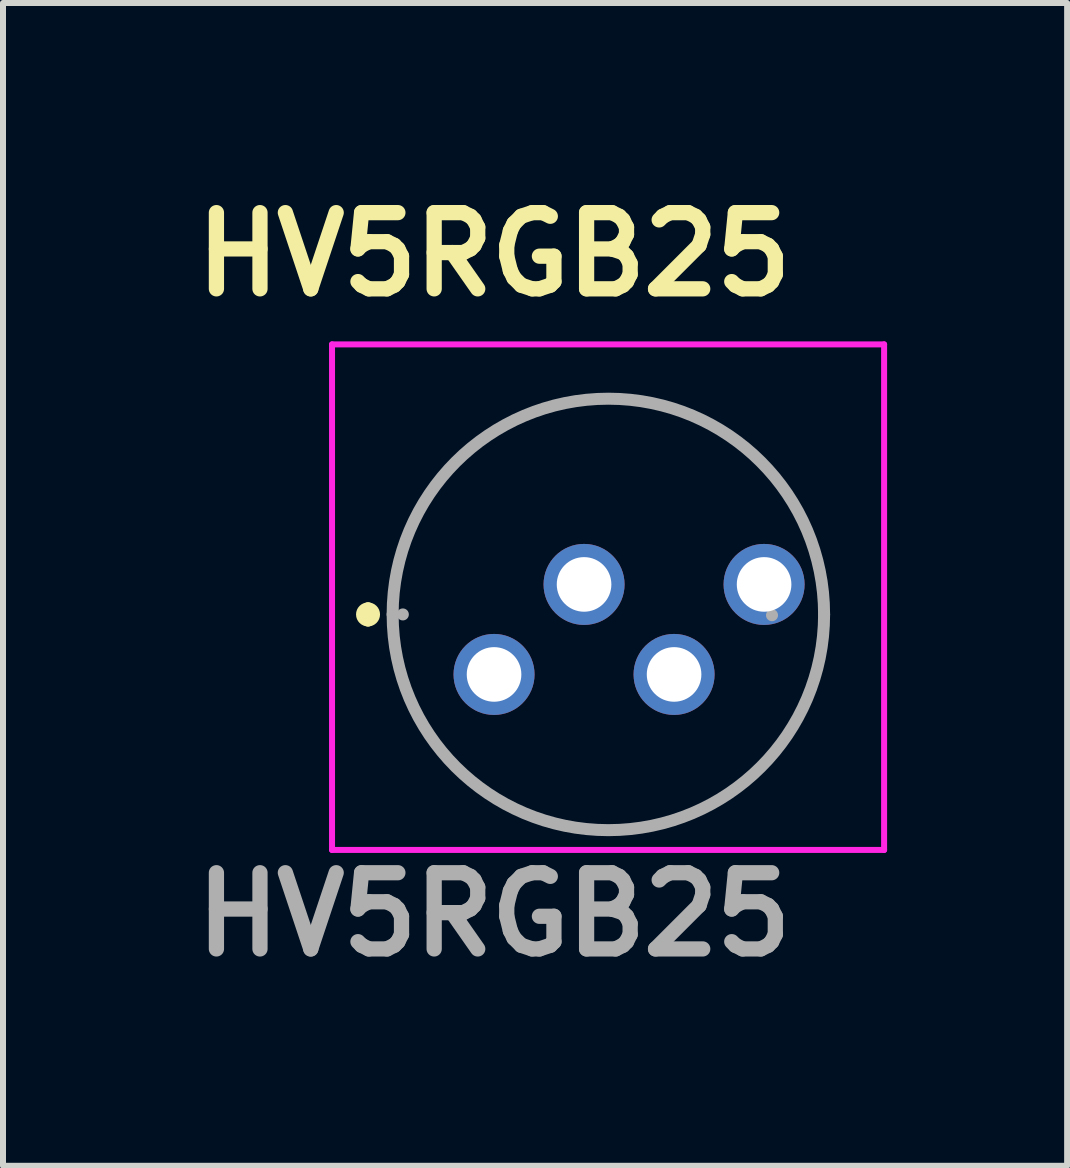
<source format=kicad_pcb>
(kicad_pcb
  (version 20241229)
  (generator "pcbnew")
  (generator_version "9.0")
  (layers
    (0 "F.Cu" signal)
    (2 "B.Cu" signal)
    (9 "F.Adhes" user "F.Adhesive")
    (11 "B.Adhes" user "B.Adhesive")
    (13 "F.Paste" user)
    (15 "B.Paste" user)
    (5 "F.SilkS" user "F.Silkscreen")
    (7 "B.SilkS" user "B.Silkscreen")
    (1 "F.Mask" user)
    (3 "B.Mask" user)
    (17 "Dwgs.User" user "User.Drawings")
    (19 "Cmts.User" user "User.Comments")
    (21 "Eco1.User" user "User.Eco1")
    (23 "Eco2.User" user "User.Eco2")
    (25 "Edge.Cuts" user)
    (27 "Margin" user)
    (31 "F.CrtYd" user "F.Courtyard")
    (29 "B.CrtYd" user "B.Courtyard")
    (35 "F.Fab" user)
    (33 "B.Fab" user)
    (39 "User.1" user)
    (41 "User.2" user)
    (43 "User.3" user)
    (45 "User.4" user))
  (footprint "HV5RGB25"
    (layer "F.Cu")
    (at 5.183 7.189)
    (property "Reference" "HV5RGB25" (at 0 -6 0) (layer "F.SilkS") (effects (font (size 1.27 1.27) (thickness 0.254))))
    (attr through_hole)
    (fp_line (start -2.1 -0.1) (end -2.1 -0.1) (stroke (width 0.2) (type solid)) (layer "F.SilkS"))
    (fp_line (start -2.1 0.1) (end -2.1 0.1) (stroke (width 0.2) (type solid)) (layer "F.SilkS"))
    (fp_line (start -1.52 0) (end -1.52 0) (stroke (width 0.1) (type solid)) (layer "F.SilkS"))
    (fp_line (start 4.632 0.013) (end 4.632 0.013) (stroke (width 0.1) (type solid)) (layer "F.SilkS"))
    (fp_arc (start -2.1 -0.1) (mid -2 0) (end -2.1 0.1) (stroke (width 0.2) (type solid)) (layer "F.SilkS"))
    (fp_arc (start -2.1 0.1) (mid -2.2 0) (end -2.1 -0.1) (stroke (width 0.2) (type solid)) (layer "F.SilkS"))
    (fp_arc (start -1.69 0) (mid 1.905 -3.595) (end 5.5 0) (stroke (width 0.1) (type solid)) (layer "F.SilkS"))
    (fp_arc (start 5.5 0) (mid 1.905 3.595) (end -1.69 0) (stroke (width 0.1) (type solid)) (layer "F.SilkS"))
    (fp_line (start -2.7 -4.5) (end 6.5 -4.5) (stroke (width 0.1) (type solid)) (layer "F.CrtYd"))
    (fp_line (start -2.7 3.925) (end -2.7 -4.5) (stroke (width 0.1) (type solid)) (layer "F.CrtYd"))
    (fp_line (start 6.5 -4.5) (end 6.5 3.925) (stroke (width 0.1) (type solid)) (layer "F.CrtYd"))
    (fp_line (start 6.5 3.925) (end -2.7 3.925) (stroke (width 0.1) (type solid)) (layer "F.CrtYd"))
    (fp_line (start -1.52 0) (end -1.52 0) (stroke (width 0.2) (type solid)) (layer "F.Fab"))
    (fp_line (start 4.632 0.013) (end 4.632 0.013) (stroke (width 0.2) (type solid)) (layer "F.Fab"))
    (fp_arc (start -1.69 0) (mid 1.905 -3.595) (end 5.5 0) (stroke (width 0.2) (type solid)) (layer "F.Fab"))
    (fp_arc (start 5.5 0) (mid 1.905 3.595) (end -1.69 0) (stroke (width 0.2) (type solid)) (layer "F.Fab"))
    (fp_text user "${REFERENCE}" (at 0 5 0) (layer "F.Fab") (effects (font (size 1.27 1.27) (thickness 0.254))))
    (pad "1" thru_hole circle (at 0 1) (size 1.35 1.35) (drill 0.91) (layers "*.Cu" "*.Mask"))
    (pad "2" thru_hole circle (at 1.5 -0.5) (size 1.35 1.35) (drill 0.91) (layers "*.Cu" "*.Mask"))
    (pad "3" thru_hole circle (at 3 1) (size 1.35 1.35) (drill 0.91) (layers "*.Cu" "*.Mask"))
    (pad "4" thru_hole circle (at 4.5 -0.5) (size 1.35 1.35) (drill 0.91) (layers "*.Cu" "*.Mask")))
  (gr_rect
    (start -3 -3)
    (end 14.733 16.377)
    (stroke (width 0.1) (type default))
    (fill no)
    (layer "Edge.Cuts")))
</source>
